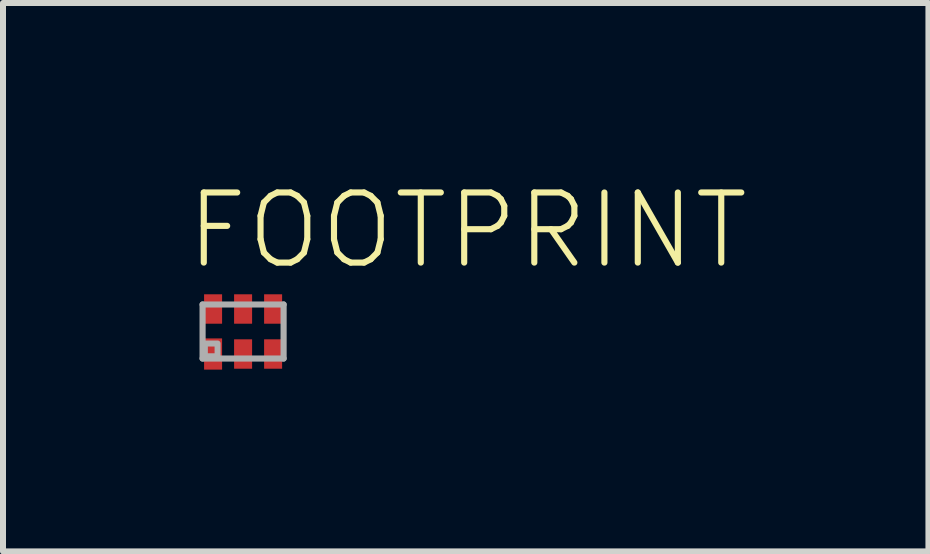
<source format=kicad_pcb>
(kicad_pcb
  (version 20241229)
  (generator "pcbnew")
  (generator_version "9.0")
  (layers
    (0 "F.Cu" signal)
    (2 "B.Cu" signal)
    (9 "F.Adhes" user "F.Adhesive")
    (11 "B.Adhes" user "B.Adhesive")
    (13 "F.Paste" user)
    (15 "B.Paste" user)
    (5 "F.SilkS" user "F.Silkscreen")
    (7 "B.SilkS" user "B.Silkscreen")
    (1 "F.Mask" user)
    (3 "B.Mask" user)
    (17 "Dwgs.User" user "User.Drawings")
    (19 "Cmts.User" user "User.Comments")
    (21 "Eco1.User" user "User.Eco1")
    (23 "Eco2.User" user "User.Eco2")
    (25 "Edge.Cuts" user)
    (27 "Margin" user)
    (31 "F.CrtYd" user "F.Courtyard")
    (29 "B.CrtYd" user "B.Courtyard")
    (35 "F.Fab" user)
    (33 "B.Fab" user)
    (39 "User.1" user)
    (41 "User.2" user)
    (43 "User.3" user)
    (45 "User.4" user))
  (footprint "FOOTPRINT"
    (layer "F.Cu")
    (at 1 2.473)
    (property "Reference" "FOOTPRINT" (at -1 -1 0) (layer "F.SilkS") (effects (font (size 1.168 1.168) (thickness 0.102)) (justify left bottom)))
    (fp_poly (pts (xy -0.675 -0.087) (xy -0.325 -0.087) (xy -0.325 -0.662) (xy -0.675 -0.662)) (stroke (width 0) (type solid)) (fill yes) (layer "F.Mask"))
    (fp_poly (pts (xy -0.325 0.087) (xy -0.675 0.087) (xy -0.675 0.662) (xy -0.325 0.662)) (stroke (width 0) (type solid)) (fill yes) (layer "F.Mask"))
    (fp_poly (pts (xy -0.175 -0.087) (xy 0.175 -0.087) (xy 0.175 -0.662) (xy -0.175 -0.662)) (stroke (width 0) (type solid)) (fill yes) (layer "F.Mask"))
    (fp_poly (pts (xy 0.175 0.087) (xy -0.175 0.087) (xy -0.175 0.662) (xy 0.175 0.662)) (stroke (width 0) (type solid)) (fill yes) (layer "F.Mask"))
    (fp_poly (pts (xy 0.325 -0.087) (xy 0.675 -0.087) (xy 0.675 -0.662) (xy 0.325 -0.662)) (stroke (width 0) (type solid)) (fill yes) (layer "F.Mask"))
    (fp_poly (pts (xy 0.675 0.087) (xy 0.325 0.087) (xy 0.325 0.662) (xy 0.675 0.662)) (stroke (width 0) (type solid)) (fill yes) (layer "F.Mask"))
    (fp_line (start -0.675 -0.45) (end 0.675 -0.45) (stroke (width 0.102) (type solid)) (layer "F.Fab"))
    (fp_line (start -0.675 0.45) (end -0.675 -0.45) (stroke (width 0.102) (type solid)) (layer "F.Fab"))
    (fp_line (start 0.675 -0.45) (end 0.675 0.45) (stroke (width 0.102) (type solid)) (layer "F.Fab"))
    (fp_line (start 0.675 0.45) (end -0.675 0.45) (stroke (width 0.102) (type solid)) (layer "F.Fab"))
    (fp_poly (pts (xy -0.637 0.412) (xy -0.425 0.412) (xy -0.425 0.2) (xy -0.637 0.2)) (stroke (width 0.1) (type solid)) (fill no) (layer "F.Fab"))
    (pad "1" smd rect (at -0.5 0.375) (size 0.3 0.52) (layers "F.Cu" "F.Paste"))
    (pad "2" smd rect (at 0 0.375) (size 0.3 0.49) (layers "F.Cu" "F.Paste"))
    (pad "3" smd rect (at 0.5 0.375) (size 0.3 0.49) (layers "F.Cu" "F.Paste"))
    (pad "4" smd rect (at 0.5 -0.375 180) (size 0.3 0.49) (layers "F.Cu" "F.Paste"))
    (pad "5" smd rect (at 0 -0.375 180) (size 0.3 0.49) (layers "F.Cu" "F.Paste"))
    (pad "6" smd rect (at -0.5 -0.375 180) (size 0.3 0.49) (layers "F.Cu" "F.Paste")))
  (gr_rect
    (start -3 -3)
    (end 12.418 6.136)
    (stroke (width 0.1) (type default))
    (fill no)
    (layer "Edge.Cuts")))
</source>
